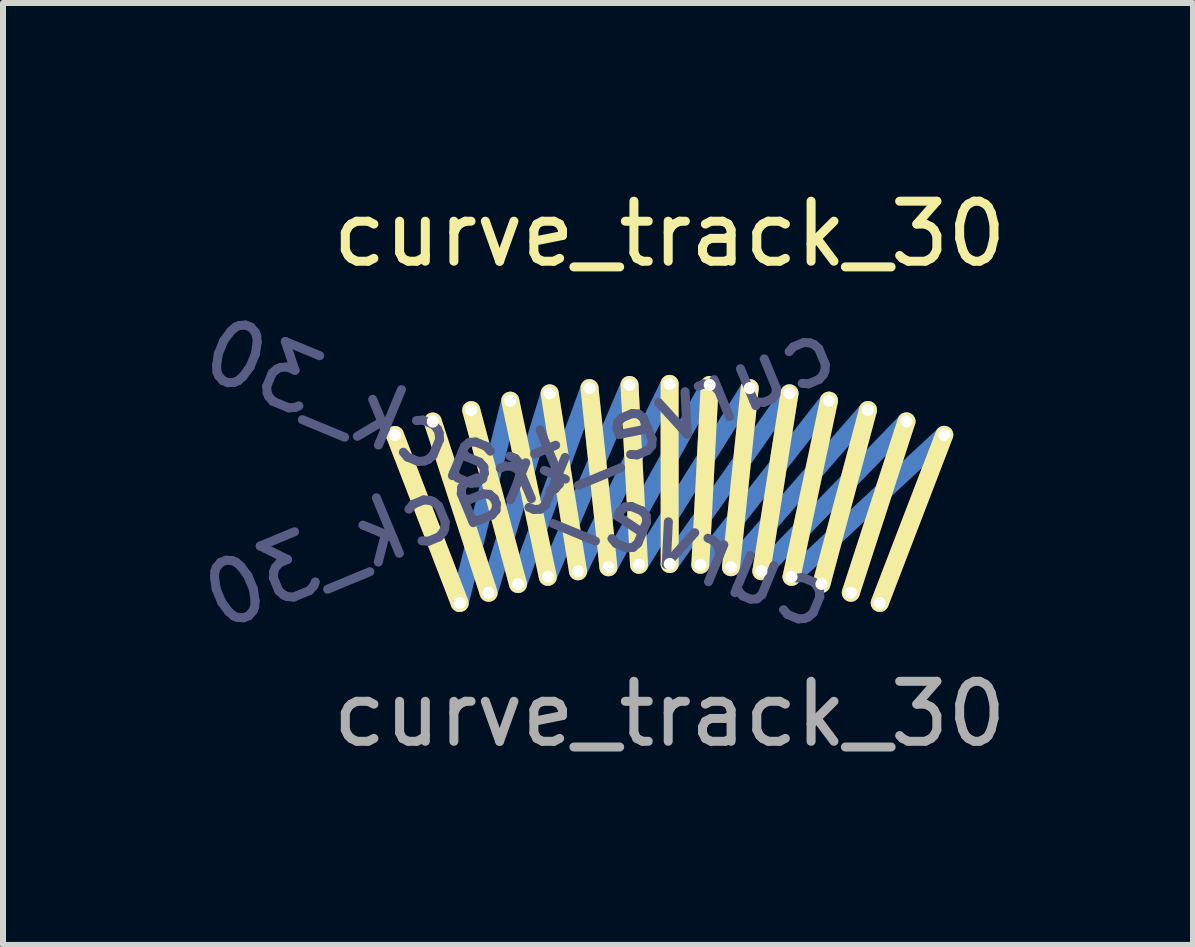
<source format=kicad_pcb>
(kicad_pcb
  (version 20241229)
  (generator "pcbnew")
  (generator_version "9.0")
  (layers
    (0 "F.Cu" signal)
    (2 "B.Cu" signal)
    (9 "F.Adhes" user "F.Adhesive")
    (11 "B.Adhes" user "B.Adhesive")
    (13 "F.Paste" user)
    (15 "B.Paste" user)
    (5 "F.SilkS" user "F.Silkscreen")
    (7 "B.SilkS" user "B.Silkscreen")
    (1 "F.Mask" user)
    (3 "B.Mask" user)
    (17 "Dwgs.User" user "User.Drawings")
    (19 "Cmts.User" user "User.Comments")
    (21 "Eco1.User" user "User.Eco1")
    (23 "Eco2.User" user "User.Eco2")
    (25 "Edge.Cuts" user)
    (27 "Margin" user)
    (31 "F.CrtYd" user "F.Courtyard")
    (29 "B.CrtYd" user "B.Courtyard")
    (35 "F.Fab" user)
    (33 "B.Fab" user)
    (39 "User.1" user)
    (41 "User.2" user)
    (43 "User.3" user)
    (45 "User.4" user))
  (footprint "curve_track_30"
    (layer "F.Cu")
    (at 8.109 4.848)
    (property "Reference" "curve_track_30" (at 0 -4 0) (unlocked yes) (layer "F.SilkS") (effects (font (size 1 1) (thickness 0.15))))
    (attr smd)
    (fp_line (start -3.499 2.15) (end -4.578 -0.649) (stroke (width 0.3) (type solid)) (layer "F.Cu"))
    (fp_line (start -3.017 1.979) (end -3.947 -0.873) (stroke (width 0.3) (type solid)) (layer "F.Cu"))
    (fp_line (start -2.527 1.834) (end -3.306 -1.063) (stroke (width 0.3) (type solid)) (layer "F.Cu"))
    (fp_line (start -2.03 1.714) (end -2.656 -1.22) (stroke (width 0.3) (type solid)) (layer "F.Cu"))
    (fp_line (start -1.527 1.621) (end -1.999 -1.342) (stroke (width 0.3) (type solid)) (layer "F.Cu"))
    (fp_line (start -1.02 1.554) (end -1.336 -1.43) (stroke (width 0.3) (type solid)) (layer "F.Cu"))
    (fp_line (start -0.51 1.513) (end -0.669 -1.482) (stroke (width 0.3) (type solid)) (layer "F.Cu"))
    (fp_line (start 0.001 1.5) (end -0.001 -1.5) (stroke (width 0.3) (type solid)) (layer "F.Cu"))
    (fp_line (start 0.512 1.513) (end 0.667 -1.483) (stroke (width 0.3) (type solid)) (layer "F.Cu"))
    (fp_line (start 1.022 1.553) (end 1.334 -1.43) (stroke (width 0.3) (type solid)) (layer "F.Cu"))
    (fp_line (start 1.529 1.62) (end 1.997 -1.343) (stroke (width 0.3) (type solid)) (layer "F.Cu"))
    (fp_line (start 2.032 1.714) (end 2.655 -1.221) (stroke (width 0.3) (type solid)) (layer "F.Cu"))
    (fp_line (start 2.529 1.833) (end 3.305 -1.065) (stroke (width 0.3) (type solid)) (layer "F.Cu"))
    (fp_line (start 3.019 1.979) (end 3.946 -0.875) (stroke (width 0.3) (type solid)) (layer "F.Cu"))
    (fp_line (start 3.501 2.149) (end 4.576 -0.651) (stroke (width 0.3) (type solid)) (layer "F.Cu"))
    (fp_line (start -2.656 -1.22) (end -3.499 2.15) (stroke (width 0.3) (type solid)) (layer "B.Cu"))
    (fp_line (start -1.999 -1.342) (end -3.017 1.979) (stroke (width 0.3) (type solid)) (layer "B.Cu"))
    (fp_line (start -1.336 -1.43) (end -2.527 1.834) (stroke (width 0.3) (type solid)) (layer "B.Cu"))
    (fp_line (start -0.669 -1.482) (end -2.03 1.714) (stroke (width 0.3) (type solid)) (layer "B.Cu"))
    (fp_line (start -0.001 -1.5) (end -1.527 1.621) (stroke (width 0.3) (type solid)) (layer "B.Cu"))
    (fp_line (start 0.667 -1.483) (end -1.02 1.554) (stroke (width 0.3) (type solid)) (layer "B.Cu"))
    (fp_line (start 1.334 -1.43) (end -0.51 1.513) (stroke (width 0.3) (type solid)) (layer "B.Cu"))
    (fp_line (start 1.997 -1.343) (end 0.001 1.5) (stroke (width 0.3) (type solid)) (layer "B.Cu"))
    (fp_line (start 2.655 -1.221) (end 0.512 1.513) (stroke (width 0.3) (type solid)) (layer "B.Cu"))
    (fp_line (start 3.305 -1.065) (end 1.022 1.553) (stroke (width 0.3) (type solid)) (layer "B.Cu"))
    (fp_line (start 3.946 -0.875) (end 1.529 1.62) (stroke (width 0.3) (type solid)) (layer "B.Cu"))
    (fp_line (start 4.576 -0.651) (end 2.032 1.714) (stroke (width 0.3) (type solid)) (layer "B.Cu"))
    (fp_line (start -3.499 2.15) (end -4.578 -0.649) (stroke (width 0.3) (type solid)) (layer "F.SilkS"))
    (fp_line (start -3.017 1.979) (end -3.947 -0.873) (stroke (width 0.3) (type solid)) (layer "F.SilkS"))
    (fp_line (start -2.527 1.834) (end -3.306 -1.063) (stroke (width 0.3) (type solid)) (layer "F.SilkS"))
    (fp_line (start -2.03 1.714) (end -2.656 -1.22) (stroke (width 0.3) (type solid)) (layer "F.SilkS"))
    (fp_line (start -1.527 1.621) (end -1.999 -1.342) (stroke (width 0.3) (type solid)) (layer "F.SilkS"))
    (fp_line (start -1.02 1.554) (end -1.336 -1.43) (stroke (width 0.3) (type solid)) (layer "F.SilkS"))
    (fp_line (start -0.51 1.513) (end -0.669 -1.482) (stroke (width 0.3) (type solid)) (layer "F.SilkS"))
    (fp_line (start 0.001 1.5) (end -0.001 -1.5) (stroke (width 0.3) (type solid)) (layer "F.SilkS"))
    (fp_line (start 0.512 1.513) (end 0.667 -1.483) (stroke (width 0.3) (type solid)) (layer "F.SilkS"))
    (fp_line (start 1.022 1.553) (end 1.334 -1.43) (stroke (width 0.3) (type solid)) (layer "F.SilkS"))
    (fp_line (start 1.529 1.62) (end 1.997 -1.343) (stroke (width 0.3) (type solid)) (layer "F.SilkS"))
    (fp_line (start 2.032 1.714) (end 2.655 -1.221) (stroke (width 0.3) (type solid)) (layer "F.SilkS"))
    (fp_line (start 2.529 1.833) (end 3.305 -1.065) (stroke (width 0.3) (type solid)) (layer "F.SilkS"))
    (fp_line (start 3.019 1.979) (end 3.946 -0.875) (stroke (width 0.3) (type solid)) (layer "F.SilkS"))
    (fp_line (start 3.501 2.149) (end 4.576 -0.651) (stroke (width 0.3) (type solid)) (layer "F.SilkS"))
    (fp_circle (center -4.578 -0.649) (end -4.678 -0.649) (stroke (width 0.05) (type default)) (fill no) (layer "User.1"))
    (fp_circle (center -3.947 -0.873) (end -4.047 -0.873) (stroke (width 0.05) (type default)) (fill no) (layer "User.1"))
    (fp_circle (center -3.499 2.15) (end -3.599 2.15) (stroke (width 0.05) (type default)) (fill no) (layer "User.1"))
    (fp_circle (center -3.499 2.15) (end -3.599 2.15) (stroke (width 0.05) (type default)) (fill no) (layer "User.1"))
    (fp_circle (center -3.306 -1.063) (end -3.406 -1.063) (stroke (width 0.05) (type default)) (fill no) (layer "User.1"))
    (fp_circle (center -3.017 1.979) (end -3.117 1.979) (stroke (width 0.05) (type default)) (fill no) (layer "User.1"))
    (fp_circle (center -3.017 1.979) (end -3.117 1.979) (stroke (width 0.05) (type default)) (fill no) (layer "User.1"))
    (fp_circle (center -2.656 -1.22) (end -2.756 -1.22) (stroke (width 0.05) (type default)) (fill no) (layer "User.1"))
    (fp_circle (center -2.656 -1.22) (end -2.756 -1.22) (stroke (width 0.05) (type default)) (fill no) (layer "User.1"))
    (fp_circle (center -2.527 1.834) (end -2.627 1.834) (stroke (width 0.05) (type default)) (fill no) (layer "User.1"))
    (fp_circle (center -2.527 1.834) (end -2.627 1.834) (stroke (width 0.05) (type default)) (fill no) (layer "User.1"))
    (fp_circle (center -2.527 1.834) (end -2.627 1.834) (stroke (width 0.05) (type default)) (fill no) (layer "User.1"))
    (fp_circle (center -2.03 1.714) (end -2.13 1.714) (stroke (width 0.05) (type default)) (fill no) (layer "User.1"))
    (fp_circle (center -2.03 1.714) (end -2.13 1.714) (stroke (width 0.05) (type default)) (fill no) (layer "User.1"))
    (fp_circle (center -1.999 -1.342) (end -2.099 -1.342) (stroke (width 0.05) (type default)) (fill no) (layer "User.1"))
    (fp_circle (center -1.999 -1.342) (end -2.099 -1.342) (stroke (width 0.05) (type default)) (fill no) (layer "User.1"))
    (fp_circle (center -1.527 1.621) (end -1.627 1.621) (stroke (width 0.05) (type default)) (fill no) (layer "User.1"))
    (fp_circle (center -1.527 1.621) (end -1.627 1.621) (stroke (width 0.05) (type default)) (fill no) (layer "User.1"))
    (fp_circle (center -1.336 -1.43) (end -1.436 -1.43) (stroke (width 0.05) (type default)) (fill no) (layer "User.1"))
    (fp_circle (center -1.02 1.554) (end -1.12 1.554) (stroke (width 0.05) (type default)) (fill no) (layer "User.1"))
    (fp_circle (center -1.02 1.554) (end -1.12 1.554) (stroke (width 0.05) (type default)) (fill no) (layer "User.1"))
    (fp_circle (center -1.02 1.554) (end -1.12 1.554) (stroke (width 0.05) (type default)) (fill no) (layer "User.1"))
    (fp_circle (center -0.669 -1.482) (end -0.769 -1.482) (stroke (width 0.05) (type default)) (fill no) (layer "User.1"))
    (fp_circle (center -0.669 -1.482) (end -0.769 -1.482) (stroke (width 0.05) (type default)) (fill no) (layer "User.1"))
    (fp_circle (center -0.51 1.513) (end -0.61 1.513) (stroke (width 0.05) (type default)) (fill no) (layer "User.1"))
    (fp_circle (center -0.51 1.513) (end -0.61 1.513) (stroke (width 0.05) (type default)) (fill no) (layer "User.1"))
    (fp_circle (center -0.001 -1.5) (end -0.101 -1.5) (stroke (width 0.05) (type default)) (fill no) (layer "User.1"))
    (fp_circle (center -0.001 -1.5) (end -0.101 -1.5) (stroke (width 0.05) (type default)) (fill no) (layer "User.1"))
    (fp_circle (center -0.001 -1.5) (end -0.101 -1.5) (stroke (width 0.05) (type default)) (fill no) (layer "User.1"))
    (fp_circle (center 0.001 1.5) (end -0.099 1.5) (stroke (width 0.05) (type default)) (fill no) (layer "User.1"))
    (fp_circle (center 0.001 1.5) (end -0.099 1.5) (stroke (width 0.05) (type default)) (fill no) (layer "User.1"))
    (fp_circle (center 0.512 1.513) (end 0.412 1.513) (stroke (width 0.05) (type default)) (fill no) (layer "User.1"))
    (fp_circle (center 0.512 1.513) (end 0.412 1.513) (stroke (width 0.05) (type default)) (fill no) (layer "User.1"))
    (fp_circle (center 0.667 -1.483) (end 0.567 -1.483) (stroke (width 0.05) (type default)) (fill no) (layer "User.1"))
    (fp_circle (center 0.667 -1.483) (end 0.567 -1.483) (stroke (width 0.05) (type default)) (fill no) (layer "User.1"))
    (fp_circle (center 1.022 1.553) (end 0.922 1.553) (stroke (width 0.05) (type default)) (fill no) (layer "User.1"))
    (fp_circle (center 1.022 1.553) (end 0.922 1.553) (stroke (width 0.05) (type default)) (fill no) (layer "User.1"))
    (fp_circle (center 1.334 -1.43) (end 1.234 -1.43) (stroke (width 0.05) (type default)) (fill no) (layer "User.1"))
    (fp_circle (center 1.334 -1.43) (end 1.234 -1.43) (stroke (width 0.05) (type default)) (fill no) (layer "User.1"))
    (fp_circle (center 1.529 1.62) (end 1.429 1.62) (stroke (width 0.05) (type default)) (fill no) (layer "User.1"))
    (fp_circle (center 1.529 1.62) (end 1.429 1.62) (stroke (width 0.05) (type default)) (fill no) (layer "User.1"))
    (fp_circle (center 1.997 -1.343) (end 1.897 -1.343) (stroke (width 0.05) (type default)) (fill no) (layer "User.1"))
    (fp_circle (center 1.997 -1.343) (end 1.897 -1.343) (stroke (width 0.05) (type default)) (fill no) (layer "User.1"))
    (fp_circle (center 2.032 1.714) (end 1.932 1.714) (stroke (width 0.05) (type default)) (fill no) (layer "User.1"))
    (fp_circle (center 2.032 1.714) (end 1.932 1.714) (stroke (width 0.05) (type default)) (fill no) (layer "User.1"))
    (fp_circle (center 2.529 1.833) (end 2.429 1.833) (stroke (width 0.05) (type default)) (fill no) (layer "User.1"))
    (fp_circle (center 2.529 1.833) (end 2.429 1.833) (stroke (width 0.05) (type default)) (fill no) (layer "User.1"))
    (fp_circle (center 2.655 -1.221) (end 2.555 -1.221) (stroke (width 0.05) (type default)) (fill no) (layer "User.1"))
    (fp_circle (center 2.655 -1.221) (end 2.555 -1.221) (stroke (width 0.05) (type default)) (fill no) (layer "User.1"))
    (fp_circle (center 3.019 1.979) (end 2.919 1.979) (stroke (width 0.05) (type default)) (fill no) (layer "User.1"))
    (fp_circle (center 3.019 1.979) (end 2.919 1.979) (stroke (width 0.05) (type default)) (fill no) (layer "User.1"))
    (fp_circle (center 3.305 -1.065) (end 3.205 -1.065) (stroke (width 0.05) (type default)) (fill no) (layer "User.1"))
    (fp_circle (center 3.305 -1.065) (end 3.205 -1.065) (stroke (width 0.05) (type default)) (fill no) (layer "User.1"))
    (fp_circle (center 3.501 2.149) (end 3.401 2.149) (stroke (width 0.05) (type default)) (fill no) (layer "User.1"))
    (fp_circle (center 3.501 2.149) (end 3.401 2.149) (stroke (width 0.05) (type default)) (fill no) (layer "User.1"))
    (fp_circle (center 3.501 2.149) (end 3.401 2.149) (stroke (width 0.05) (type default)) (fill no) (layer "User.1"))
    (fp_circle (center 3.946 -0.875) (end 3.846 -0.875) (stroke (width 0.05) (type default)) (fill no) (layer "User.1"))
    (fp_circle (center 3.946 -0.875) (end 3.846 -0.875) (stroke (width 0.05) (type default)) (fill no) (layer "User.1"))
    (fp_circle (center 3.946 -0.875) (end 3.846 -0.875) (stroke (width 0.05) (type default)) (fill no) (layer "User.1"))
    (fp_circle (center 4.576 -0.651) (end 4.476 -0.651) (stroke (width 0.05) (type default)) (fill no) (layer "User.1"))
    (fp_circle (center 4.576 -0.651) (end 4.476 -0.651) (stroke (width 0.05) (type default)) (fill no) (layer "User.1"))
    (fp_line (start -5.069 -0.991) (end -3.538 2.704) (stroke (width 0.05) (type solid)) (layer "User.3"))
    (fp_line (start 3.542 2.704) (end 5.072 -0.991) (stroke (width 0.05) (type solid)) (layer "User.3"))
    (fp_curve (pts (xy -3.538 2.704) (xy -1.271 1.765) (xy 1.275 1.765) (xy 3.542 2.704)) (stroke (width 0.05) (type solid)) (layer "User.3"))
    (fp_curve (pts (xy 5.072 -0.991) (xy 1.826 -2.336) (xy -1.822 -2.336) (xy -5.069 -0.991)) (stroke (width 0.05) (type solid)) (layer "User.3"))
    (fp_text user "${REFERENCE}" (at -2.5 0 22.5) (unlocked yes) (layer "B.Fab") (effects (font (size 1 1) (thickness 0.15)) (justify mirror)))
    (fp_text user "${REFERENCE}" (at -2.5 -0.000001 337.5) (unlocked yes) (layer "B.Fab") (effects (font (size 1 1) (thickness 0.15)) (justify mirror)))
    (fp_text user "${REFERENCE}" (at 0.000001 4 0) (unlocked yes) (layer "F.Fab") (effects (font (size 1 1) (thickness 0.15))))
    (pad "1" thru_hole circle (at -4.578 -0.649) (size 0.3 0.3) (drill 0.2) (layers "*.Cu" "*.Mask"))
    (pad "1" thru_hole circle (at -3.499 2.15) (size 0.3 0.3) (drill 0.2) (layers "*.Cu" "*.Mask"))
    (pad "1" thru_hole circle (at -2.656 -1.22) (size 0.3 0.3) (drill 0.2) (layers "*.Cu" "*.Mask"))
    (pad "1" thru_hole circle (at -2.03 1.714) (size 0.3 0.3) (drill 0.2) (layers "*.Cu" "*.Mask"))
    (pad "1" thru_hole circle (at -0.669 -1.482) (size 0.3 0.3) (drill 0.2) (layers "*.Cu" "*.Mask"))
    (pad "1" thru_hole circle (at -0.51 1.513) (size 0.3 0.3) (drill 0.2) (layers "*.Cu" "*.Mask"))
    (pad "1" thru_hole circle (at 1.022 1.553) (size 0.3 0.3) (drill 0.2) (layers "*.Cu" "*.Mask"))
    (pad "1" thru_hole circle (at 1.334 -1.43) (size 0.3 0.3) (drill 0.2) (layers "*.Cu" "*.Mask"))
    (pad "1" thru_hole circle (at 2.529 1.833) (size 0.3 0.3) (drill 0.2) (layers "*.Cu" "*.Mask"))
    (pad "1" thru_hole circle (at 3.305 -1.065) (size 0.3 0.3) (drill 0.2) (layers "*.Cu" "*.Mask"))
    (pad "2" thru_hole circle (at -3.947 -0.873) (size 0.3 0.3) (drill 0.2) (layers "*.Cu" "*.Mask"))
    (pad "2" thru_hole circle (at -3.017 1.979) (size 0.3 0.3) (drill 0.2) (layers "*.Cu" "*.Mask"))
    (pad "2" thru_hole circle (at -1.999 -1.342) (size 0.3 0.3) (drill 0.2) (layers "*.Cu" "*.Mask"))
    (pad "2" thru_hole circle (at -1.527 1.621) (size 0.3 0.3) (drill 0.2) (layers "*.Cu" "*.Mask"))
    (pad "2" thru_hole circle (at -0.001 -1.5) (size 0.3 0.3) (drill 0.2) (layers "*.Cu" "*.Mask"))
    (pad "2" thru_hole circle (at 0.001 1.5) (size 0.3 0.3) (drill 0.2) (layers "*.Cu" "*.Mask"))
    (pad "2" thru_hole circle (at 1.529 1.62) (size 0.3 0.3) (drill 0.2) (layers "*.Cu" "*.Mask"))
    (pad "2" thru_hole circle (at 1.997 -1.343) (size 0.3 0.3) (drill 0.2) (layers "*.Cu" "*.Mask"))
    (pad "2" thru_hole circle (at 3.019 1.979) (size 0.3 0.3) (drill 0.2) (layers "*.Cu" "*.Mask"))
    (pad "2" thru_hole circle (at 3.946 -0.875) (size 0.3 0.3) (drill 0.2) (layers "*.Cu" "*.Mask"))
    (pad "3" thru_hole circle (at -3.306 -1.063) (size 0.3 0.3) (drill 0.2) (layers "*.Cu" "*.Mask"))
    (pad "3" thru_hole circle (at -2.527 1.834) (size 0.3 0.3) (drill 0.2) (layers "*.Cu" "*.Mask"))
    (pad "3" thru_hole circle (at -1.336 -1.43) (size 0.3 0.3) (drill 0.2) (layers "*.Cu" "*.Mask"))
    (pad "3" thru_hole circle (at -1.02 1.554) (size 0.3 0.3) (drill 0.2) (layers "*.Cu" "*.Mask"))
    (pad "3" thru_hole circle (at 0.512 1.513) (size 0.3 0.3) (drill 0.2) (layers "*.Cu" "*.Mask"))
    (pad "3" thru_hole circle (at 0.667 -1.483) (size 0.3 0.3) (drill 0.2) (layers "*.Cu" "*.Mask"))
    (pad "3" thru_hole circle (at 2.032 1.714) (size 0.3 0.3) (drill 0.2) (layers "*.Cu" "*.Mask"))
    (pad "3" thru_hole circle (at 2.655 -1.221) (size 0.3 0.3) (drill 0.2) (layers "*.Cu" "*.Mask"))
    (pad "3" thru_hole circle (at 3.501 2.149) (size 0.3 0.3) (drill 0.2) (layers "*.Cu" "*.Mask"))
    (pad "3" thru_hole circle (at 4.576 -0.651) (size 0.3 0.3) (drill 0.2) (layers "*.Cu" "*.Mask")))
  (gr_rect
    (start -3 -3)
    (end 16.83 12.696)
    (stroke (width 0.1) (type default))
    (fill no)
    (layer "Edge.Cuts")))
</source>
